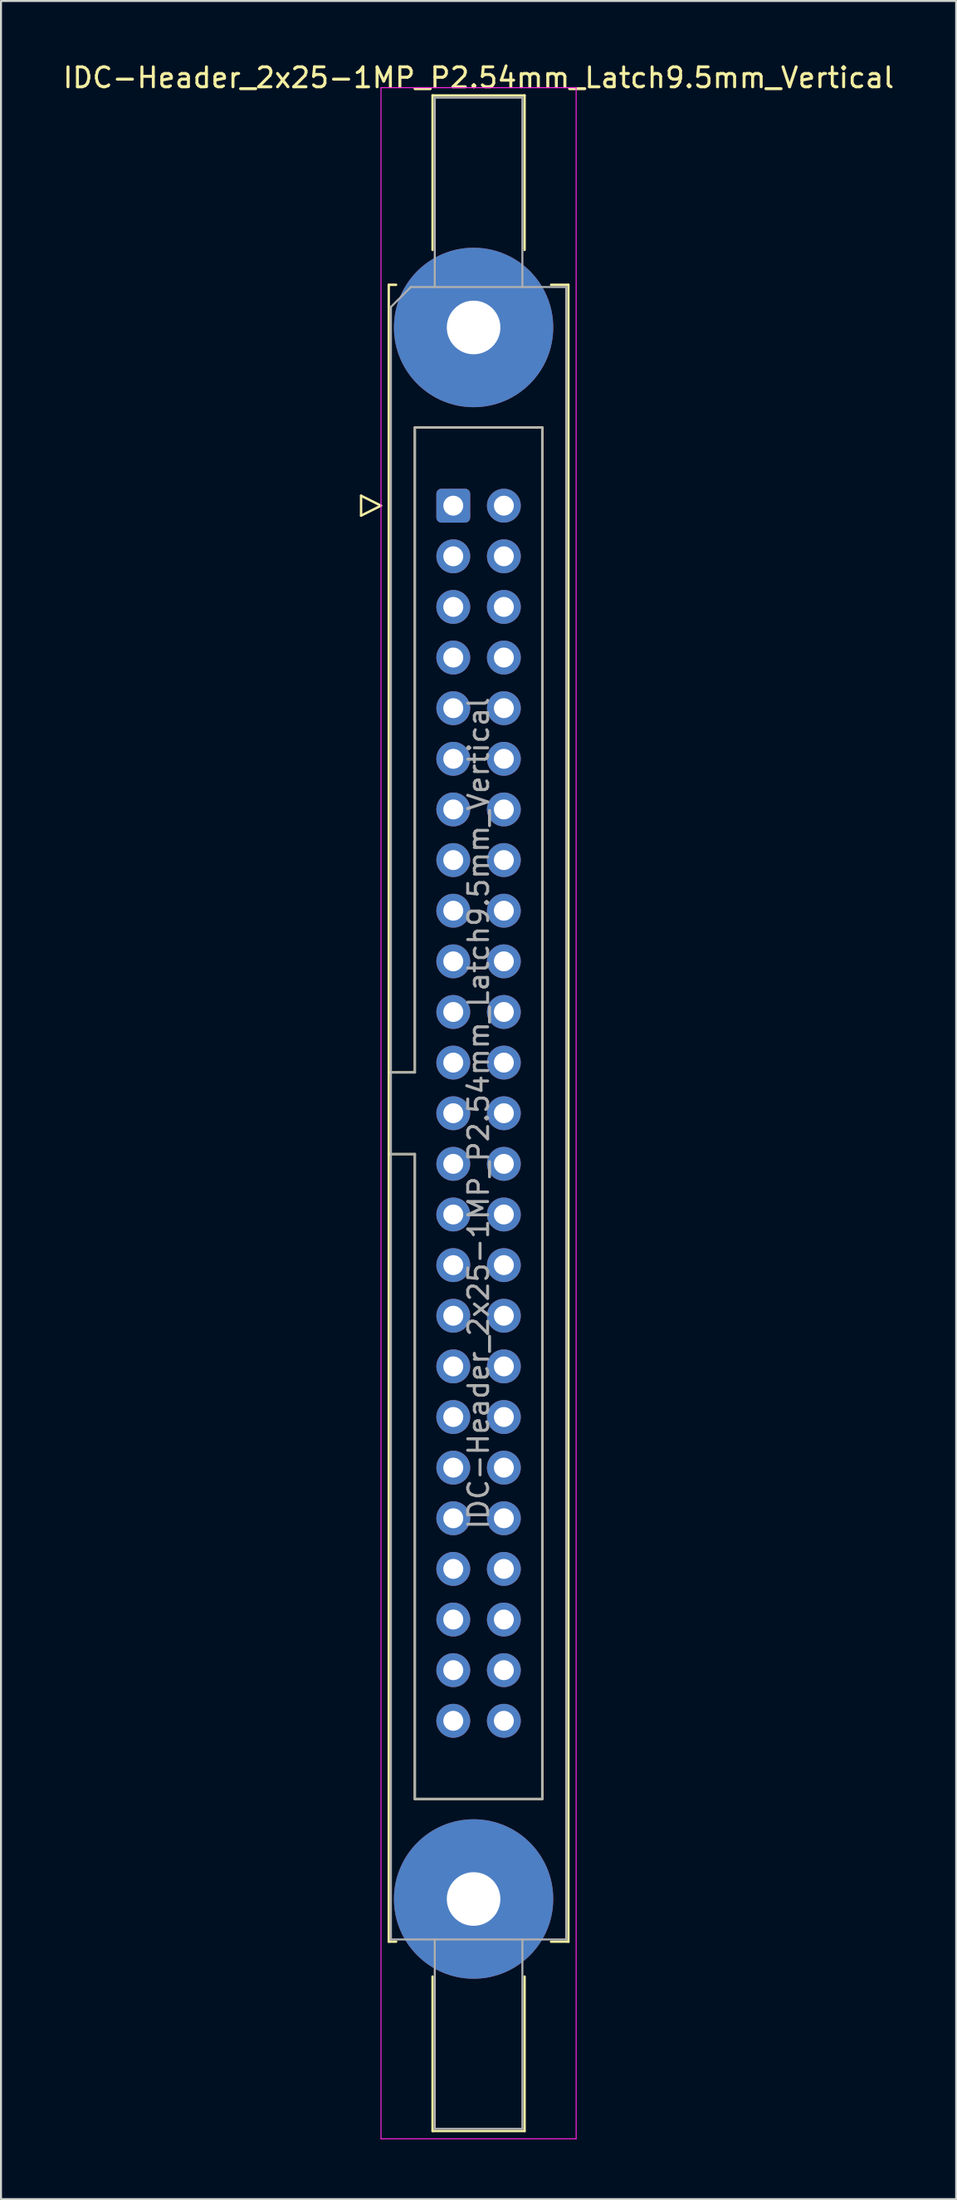
<source format=kicad_pcb>
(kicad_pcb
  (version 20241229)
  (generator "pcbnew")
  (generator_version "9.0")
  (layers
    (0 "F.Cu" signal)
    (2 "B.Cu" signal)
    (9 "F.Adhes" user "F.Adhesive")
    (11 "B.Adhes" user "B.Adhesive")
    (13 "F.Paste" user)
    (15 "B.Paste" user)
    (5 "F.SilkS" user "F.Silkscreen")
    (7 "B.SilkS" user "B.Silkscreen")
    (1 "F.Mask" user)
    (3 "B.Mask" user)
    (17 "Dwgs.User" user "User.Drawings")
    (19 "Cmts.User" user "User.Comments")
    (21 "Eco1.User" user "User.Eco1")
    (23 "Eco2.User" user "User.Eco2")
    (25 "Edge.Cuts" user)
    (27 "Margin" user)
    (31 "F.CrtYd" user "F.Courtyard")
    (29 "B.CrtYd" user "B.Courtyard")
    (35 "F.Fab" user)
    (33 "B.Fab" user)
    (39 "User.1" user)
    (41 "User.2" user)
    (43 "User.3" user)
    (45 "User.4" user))
  (footprint "IDC-Header_2x25-1MP_P2.54mm_Latch9.5mm_Vertical"
    (layer "F.Cu")
    (at 19.712 22.318)
    (property "Reference" "IDC-Header_2x25-1MP_P2.54mm_Latch9.5mm_Vertical" (at 1.27 -21.47 0) (layer "F.SilkS") (effects (font (size 1 1) (thickness 0.15))))
    (attr through_hole)
    (fp_line (start -4.63 -0.5) (end -4.63 0.5) (stroke (width 0.12) (type solid)) (layer "F.SilkS"))
    (fp_line (start -4.63 0.5) (end -3.63 0) (stroke (width 0.12) (type solid)) (layer "F.SilkS"))
    (fp_line (start -3.63 0) (end -4.63 -0.5) (stroke (width 0.12) (type solid)) (layer "F.SilkS"))
    (fp_line (start -3.24 -11.08) (end -3.24 72.04) (stroke (width 0.12) (type solid)) (layer "F.SilkS"))
    (fp_line (start -3.24 28.43) (end -1.93 28.43) (stroke (width 0.12) (type solid)) (layer "F.SilkS"))
    (fp_line (start -3.24 72.04) (end -2.87 72.04) (stroke (width 0.12) (type solid)) (layer "F.SilkS"))
    (fp_line (start -2.87 -11.08) (end -3.24 -11.08) (stroke (width 0.12) (type solid)) (layer "F.SilkS"))
    (fp_line (start -1.93 -3.92) (end 4.47 -3.92) (stroke (width 0.12) (type solid)) (layer "F.SilkS"))
    (fp_line (start -1.93 28.43) (end -1.93 -3.92) (stroke (width 0.12) (type solid)) (layer "F.SilkS"))
    (fp_line (start -1.93 32.53) (end -3.24 32.53) (stroke (width 0.12) (type solid)) (layer "F.SilkS"))
    (fp_line (start -1.93 64.88) (end -1.93 32.53) (stroke (width 0.12) (type solid)) (layer "F.SilkS"))
    (fp_line (start -1.04 -20.58) (end 3.58 -20.58) (stroke (width 0.12) (type solid)) (layer "F.SilkS"))
    (fp_line (start -1.04 -12.83) (end -1.04 -20.58) (stroke (width 0.12) (type solid)) (layer "F.SilkS"))
    (fp_line (start -1.04 73.79) (end -1.04 81.54) (stroke (width 0.12) (type solid)) (layer "F.SilkS"))
    (fp_line (start -1.04 81.54) (end 3.58 81.54) (stroke (width 0.12) (type solid)) (layer "F.SilkS"))
    (fp_line (start 3.58 -20.58) (end 3.58 -12.83) (stroke (width 0.12) (type solid)) (layer "F.SilkS"))
    (fp_line (start 3.58 81.54) (end 3.58 73.79) (stroke (width 0.12) (type solid)) (layer "F.SilkS"))
    (fp_line (start 4.47 -3.92) (end 4.47 64.88) (stroke (width 0.12) (type solid)) (layer "F.SilkS"))
    (fp_line (start 4.47 64.88) (end -1.93 64.88) (stroke (width 0.12) (type solid)) (layer "F.SilkS"))
    (fp_line (start 4.91 -11.08) (end 5.78 -11.08) (stroke (width 0.12) (type solid)) (layer "F.SilkS"))
    (fp_line (start 5.78 -11.08) (end 5.78 72.04) (stroke (width 0.12) (type solid)) (layer "F.SilkS"))
    (fp_line (start 5.78 72.04) (end 4.91 72.04) (stroke (width 0.12) (type solid)) (layer "F.SilkS"))
    (fp_line (start -3.63 -20.97) (end -3.63 81.93) (stroke (width 0.05) (type solid)) (layer "F.CrtYd"))
    (fp_line (start -3.63 81.93) (end 6.17 81.93) (stroke (width 0.05) (type solid)) (layer "F.CrtYd"))
    (fp_line (start 6.17 -20.97) (end -3.63 -20.97) (stroke (width 0.05) (type solid)) (layer "F.CrtYd"))
    (fp_line (start 6.17 81.93) (end 6.17 -20.97) (stroke (width 0.05) (type solid)) (layer "F.CrtYd"))
    (fp_line (start -3.13 -9.97) (end -2.13 -10.97) (stroke (width 0.1) (type solid)) (layer "F.Fab"))
    (fp_line (start -3.13 28.43) (end -1.93 28.43) (stroke (width 0.1) (type solid)) (layer "F.Fab"))
    (fp_line (start -3.13 71.93) (end -3.13 -9.97) (stroke (width 0.1) (type solid)) (layer "F.Fab"))
    (fp_line (start -2.13 -10.97) (end 5.67 -10.97) (stroke (width 0.1) (type solid)) (layer "F.Fab"))
    (fp_line (start -1.93 -3.92) (end 4.47 -3.92) (stroke (width 0.1) (type solid)) (layer "F.Fab"))
    (fp_line (start -1.93 28.43) (end -1.93 -3.92) (stroke (width 0.1) (type solid)) (layer "F.Fab"))
    (fp_line (start -1.93 32.53) (end -3.13 32.53) (stroke (width 0.1) (type solid)) (layer "F.Fab"))
    (fp_line (start -1.93 64.88) (end -1.93 32.53) (stroke (width 0.1) (type solid)) (layer "F.Fab"))
    (fp_line (start -0.93 -20.47) (end 3.47 -20.47) (stroke (width 0.1) (type solid)) (layer "F.Fab"))
    (fp_line (start -0.93 -10.97) (end -0.93 -20.47) (stroke (width 0.1) (type solid)) (layer "F.Fab"))
    (fp_line (start -0.93 71.93) (end -0.93 81.43) (stroke (width 0.1) (type solid)) (layer "F.Fab"))
    (fp_line (start -0.93 81.43) (end 3.47 81.43) (stroke (width 0.1) (type solid)) (layer "F.Fab"))
    (fp_line (start 3.47 -20.47) (end 3.47 -10.97) (stroke (width 0.1) (type solid)) (layer "F.Fab"))
    (fp_line (start 3.47 81.43) (end 3.47 71.93) (stroke (width 0.1) (type solid)) (layer "F.Fab"))
    (fp_line (start 4.47 -3.92) (end 4.47 64.88) (stroke (width 0.1) (type solid)) (layer "F.Fab"))
    (fp_line (start 4.47 64.88) (end -1.93 64.88) (stroke (width 0.1) (type solid)) (layer "F.Fab"))
    (fp_line (start 5.67 -10.97) (end 5.67 71.93) (stroke (width 0.1) (type solid)) (layer "F.Fab"))
    (fp_line (start 5.67 71.93) (end -3.13 71.93) (stroke (width 0.1) (type solid)) (layer "F.Fab"))
    (fp_text user "${REFERENCE}" (at 1.27 30.48 90) (layer "F.Fab") (effects (font (size 1 1) (thickness 0.15))))
    (pad "1" thru_hole roundrect (at 0 0) (size 1.7 1.7) (drill 1) (layers "*.Cu" "*.Mask") (roundrect_rratio 0.147))
    (pad "2" thru_hole circle (at 2.54 0) (size 1.7 1.7) (drill 1) (layers "*.Cu" "*.Mask"))
    (pad "3" thru_hole circle (at 0 2.54) (size 1.7 1.7) (drill 1) (layers "*.Cu" "*.Mask"))
    (pad "4" thru_hole circle (at 2.54 2.54) (size 1.7 1.7) (drill 1) (layers "*.Cu" "*.Mask"))
    (pad "5" thru_hole circle (at 0 5.08) (size 1.7 1.7) (drill 1) (layers "*.Cu" "*.Mask"))
    (pad "6" thru_hole circle (at 2.54 5.08) (size 1.7 1.7) (drill 1) (layers "*.Cu" "*.Mask"))
    (pad "7" thru_hole circle (at 0 7.62) (size 1.7 1.7) (drill 1) (layers "*.Cu" "*.Mask"))
    (pad "8" thru_hole circle (at 2.54 7.62) (size 1.7 1.7) (drill 1) (layers "*.Cu" "*.Mask"))
    (pad "9" thru_hole circle (at 0 10.16) (size 1.7 1.7) (drill 1) (layers "*.Cu" "*.Mask"))
    (pad "10" thru_hole circle (at 2.54 10.16) (size 1.7 1.7) (drill 1) (layers "*.Cu" "*.Mask"))
    (pad "11" thru_hole circle (at 0 12.7) (size 1.7 1.7) (drill 1) (layers "*.Cu" "*.Mask"))
    (pad "12" thru_hole circle (at 2.54 12.7) (size 1.7 1.7) (drill 1) (layers "*.Cu" "*.Mask"))
    (pad "13" thru_hole circle (at 0 15.24) (size 1.7 1.7) (drill 1) (layers "*.Cu" "*.Mask"))
    (pad "14" thru_hole circle (at 2.54 15.24) (size 1.7 1.7) (drill 1) (layers "*.Cu" "*.Mask"))
    (pad "15" thru_hole circle (at 0 17.78) (size 1.7 1.7) (drill 1) (layers "*.Cu" "*.Mask"))
    (pad "16" thru_hole circle (at 2.54 17.78) (size 1.7 1.7) (drill 1) (layers "*.Cu" "*.Mask"))
    (pad "17" thru_hole circle (at 0 20.32) (size 1.7 1.7) (drill 1) (layers "*.Cu" "*.Mask"))
    (pad "18" thru_hole circle (at 2.54 20.32) (size 1.7 1.7) (drill 1) (layers "*.Cu" "*.Mask"))
    (pad "19" thru_hole circle (at 0 22.86) (size 1.7 1.7) (drill 1) (layers "*.Cu" "*.Mask"))
    (pad "20" thru_hole circle (at 2.54 22.86) (size 1.7 1.7) (drill 1) (layers "*.Cu" "*.Mask"))
    (pad "21" thru_hole circle (at 0 25.4) (size 1.7 1.7) (drill 1) (layers "*.Cu" "*.Mask"))
    (pad "22" thru_hole circle (at 2.54 25.4) (size 1.7 1.7) (drill 1) (layers "*.Cu" "*.Mask"))
    (pad "23" thru_hole circle (at 0 27.94) (size 1.7 1.7) (drill 1) (layers "*.Cu" "*.Mask"))
    (pad "24" thru_hole circle (at 2.54 27.94) (size 1.7 1.7) (drill 1) (layers "*.Cu" "*.Mask"))
    (pad "25" thru_hole circle (at 0 30.48) (size 1.7 1.7) (drill 1) (layers "*.Cu" "*.Mask"))
    (pad "26" thru_hole circle (at 2.54 30.48) (size 1.7 1.7) (drill 1) (layers "*.Cu" "*.Mask"))
    (pad "27" thru_hole circle (at 0 33.02) (size 1.7 1.7) (drill 1) (layers "*.Cu" "*.Mask"))
    (pad "28" thru_hole circle (at 2.54 33.02) (size 1.7 1.7) (drill 1) (layers "*.Cu" "*.Mask"))
    (pad "29" thru_hole circle (at 0 35.56) (size 1.7 1.7) (drill 1) (layers "*.Cu" "*.Mask"))
    (pad "30" thru_hole circle (at 2.54 35.56) (size 1.7 1.7) (drill 1) (layers "*.Cu" "*.Mask"))
    (pad "31" thru_hole circle (at 0 38.1) (size 1.7 1.7) (drill 1) (layers "*.Cu" "*.Mask"))
    (pad "32" thru_hole circle (at 2.54 38.1) (size 1.7 1.7) (drill 1) (layers "*.Cu" "*.Mask"))
    (pad "33" thru_hole circle (at 0 40.64) (size 1.7 1.7) (drill 1) (layers "*.Cu" "*.Mask"))
    (pad "34" thru_hole circle (at 2.54 40.64) (size 1.7 1.7) (drill 1) (layers "*.Cu" "*.Mask"))
    (pad "35" thru_hole circle (at 0 43.18) (size 1.7 1.7) (drill 1) (layers "*.Cu" "*.Mask"))
    (pad "36" thru_hole circle (at 2.54 43.18) (size 1.7 1.7) (drill 1) (layers "*.Cu" "*.Mask"))
    (pad "37" thru_hole circle (at 0 45.72) (size 1.7 1.7) (drill 1) (layers "*.Cu" "*.Mask"))
    (pad "38" thru_hole circle (at 2.54 45.72) (size 1.7 1.7) (drill 1) (layers "*.Cu" "*.Mask"))
    (pad "39" thru_hole circle (at 0 48.26) (size 1.7 1.7) (drill 1) (layers "*.Cu" "*.Mask"))
    (pad "40" thru_hole circle (at 2.54 48.26) (size 1.7 1.7) (drill 1) (layers "*.Cu" "*.Mask"))
    (pad "41" thru_hole circle (at 0 50.8) (size 1.7 1.7) (drill 1) (layers "*.Cu" "*.Mask"))
    (pad "42" thru_hole circle (at 2.54 50.8) (size 1.7 1.7) (drill 1) (layers "*.Cu" "*.Mask"))
    (pad "43" thru_hole circle (at 0 53.34) (size 1.7 1.7) (drill 1) (layers "*.Cu" "*.Mask"))
    (pad "44" thru_hole circle (at 2.54 53.34) (size 1.7 1.7) (drill 1) (layers "*.Cu" "*.Mask"))
    (pad "45" thru_hole circle (at 0 55.88) (size 1.7 1.7) (drill 1) (layers "*.Cu" "*.Mask"))
    (pad "46" thru_hole circle (at 2.54 55.88) (size 1.7 1.7) (drill 1) (layers "*.Cu" "*.Mask"))
    (pad "47" thru_hole circle (at 0 58.42) (size 1.7 1.7) (drill 1) (layers "*.Cu" "*.Mask"))
    (pad "48" thru_hole circle (at 2.54 58.42) (size 1.7 1.7) (drill 1) (layers "*.Cu" "*.Mask"))
    (pad "49" thru_hole circle (at 0 60.96) (size 1.7 1.7) (drill 1) (layers "*.Cu" "*.Mask"))
    (pad "50" thru_hole circle (at 2.54 60.96) (size 1.7 1.7) (drill 1) (layers "*.Cu" "*.Mask"))
    (pad "MP" thru_hole circle (at 1.02 -8.94) (size 8 8) (drill 2.69) (layers "*.Cu" "*.Mask"))
    (pad "MP" thru_hole circle (at 1.02 69.9) (size 8 8) (drill 2.69) (layers "*.Cu" "*.Mask")))
  (gr_rect
    (start -3 -3)
    (end 44.964 107.273)
    (stroke (width 0.1) (type default))
    (fill no)
    (layer "Edge.Cuts")))
</source>
